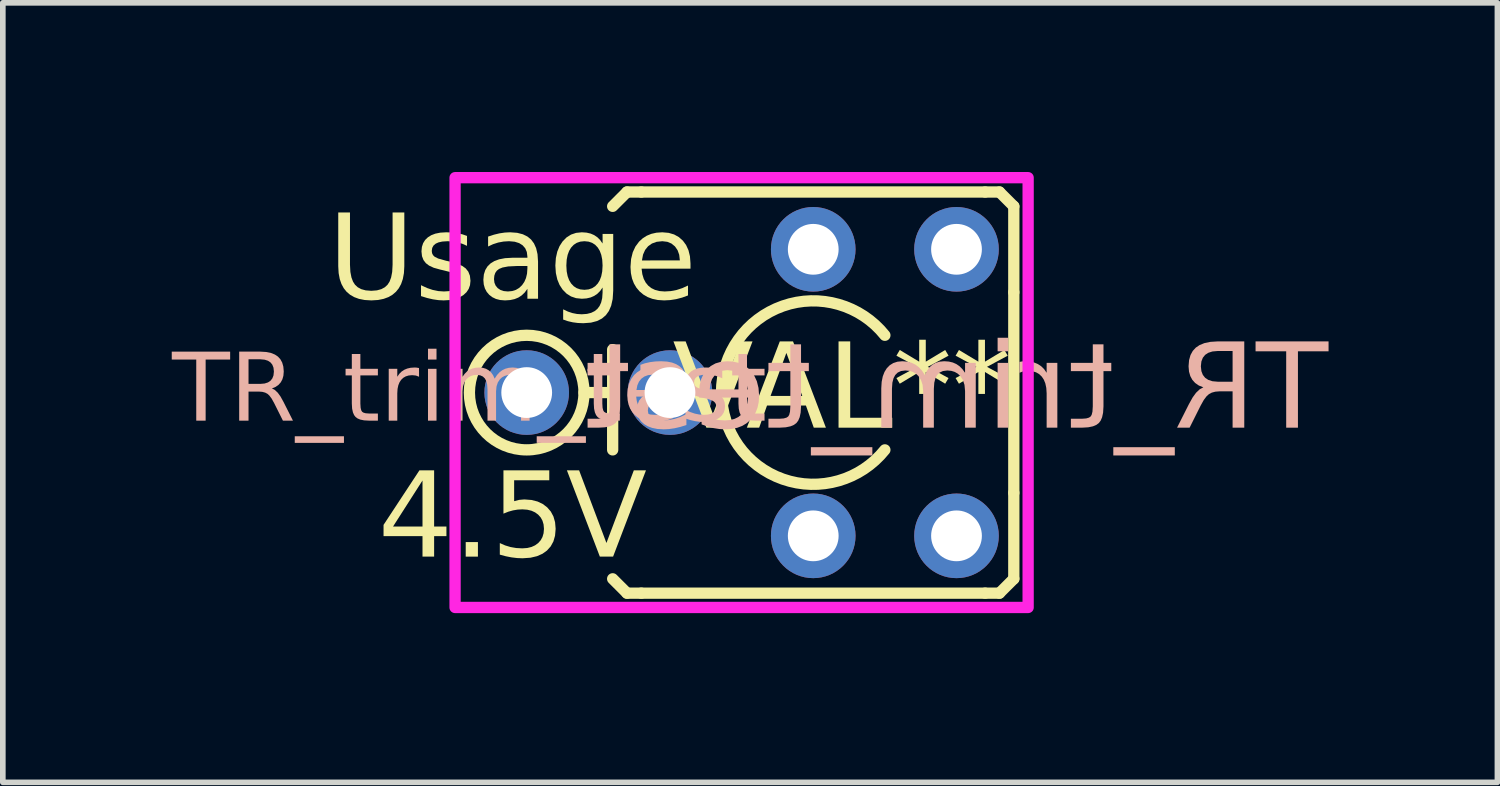
<source format=kicad_pcb>
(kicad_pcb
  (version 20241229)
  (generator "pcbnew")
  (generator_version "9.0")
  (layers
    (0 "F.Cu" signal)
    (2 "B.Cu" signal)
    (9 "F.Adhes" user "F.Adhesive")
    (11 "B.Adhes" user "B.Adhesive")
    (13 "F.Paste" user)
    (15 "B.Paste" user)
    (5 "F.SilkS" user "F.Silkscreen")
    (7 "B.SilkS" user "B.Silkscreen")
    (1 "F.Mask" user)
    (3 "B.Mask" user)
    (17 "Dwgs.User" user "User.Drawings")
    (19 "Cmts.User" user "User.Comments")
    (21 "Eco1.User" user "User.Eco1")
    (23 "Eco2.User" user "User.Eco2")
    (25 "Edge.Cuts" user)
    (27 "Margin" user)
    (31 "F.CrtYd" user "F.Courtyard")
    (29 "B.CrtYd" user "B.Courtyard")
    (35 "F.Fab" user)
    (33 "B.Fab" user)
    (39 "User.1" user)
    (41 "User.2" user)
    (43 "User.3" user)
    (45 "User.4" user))
  (footprint "TR_trim_test"
    (layer "F.Cu")
    (at 11.368 3.91)
    (property "Reference" "TR_trim_test" (at -6.096 0 0) (unlocked yes) (layer "B.SilkS") (effects (font (face "Milk Run") (size 1.2 1.2) (thickness 0.1))))
    (property "Value" "VAL**" (at 0 5.461 0) (unlocked yes) (layer "F.SilkS") (hide yes) (effects (font (face "Milk Run") (size 1.2 1.2) (thickness 0.1))))
    (property "Description" "Usage" (at -5.334 -2.286 0) (layer "F.SilkS") (effects (font (face "Milk Run") (size 1.5 1.5) (thickness 0.15))))
    (property "Bias" "4.5V" (at -5.334 2.286 0) (unlocked yes) (layer "F.SilkS") (effects (font (face "Milk Run") (size 1.5 1.5) (thickness 0.1))))
    (attr through_hole)
    (fp_line (start -4.064 0) (end -3.556 0) (stroke (width 0.2) (type default)) (layer "F.SilkS"))
    (fp_line (start -3.556 -3.302) (end -3.302 -3.556) (stroke (width 0.2) (type default)) (layer "F.SilkS"))
    (fp_line (start -3.556 1.016) (end -3.556 -0.762) (stroke (width 0.2) (type default)) (layer "F.SilkS"))
    (fp_line (start -3.302 -3.556) (end -3.048 -3.556) (stroke (width 0.2) (type default)) (layer "F.SilkS"))
    (fp_line (start -3.302 3.556) (end -3.556 3.302) (stroke (width 0.2) (type default)) (layer "F.SilkS"))
    (fp_line (start -3.048 -3.556) (end 3.048 -3.556) (stroke (width 0.2) (type default)) (layer "F.SilkS"))
    (fp_line (start -3.048 3.556) (end -3.302 3.556) (stroke (width 0.2) (type default)) (layer "F.SilkS"))
    (fp_line (start 3.048 -3.556) (end 3.302 -3.556) (stroke (width 0.2) (type default)) (layer "F.SilkS"))
    (fp_line (start 3.048 3.556) (end -3.048 3.556) (stroke (width 0.2) (type default)) (layer "F.SilkS"))
    (fp_line (start 3.048 3.556) (end 3.302 3.556) (stroke (width 0.2) (type default)) (layer "F.SilkS"))
    (fp_line (start 3.302 -3.556) (end 3.556 -3.302) (stroke (width 0.2) (type default)) (layer "F.SilkS"))
    (fp_line (start 3.302 3.556) (end 3.556 3.302) (stroke (width 0.2) (type default)) (layer "F.SilkS"))
    (fp_line (start 3.556 -3.302) (end 3.556 -1.778) (stroke (width 0.2) (type default)) (layer "F.SilkS"))
    (fp_line (start 3.556 1.778) (end 3.556 -1.778) (stroke (width 0.2) (type default)) (layer "F.SilkS"))
    (fp_line (start 3.556 3.302) (end 3.556 1.778) (stroke (width 0.2) (type default)) (layer "F.SilkS"))
    (fp_arc (start 1.27 1.016) (mid -1.626394 0) (end 1.27 -1.016) (stroke (width 0.2) (type default)) (layer "F.SilkS"))
    (fp_circle (center -5.08 0) (end -4.064 0) (stroke (width 0.2) (type default)) (fill no) (layer "F.SilkS"))
    (fp_rect (start -6.35 -3.81) (end 3.81 3.81) (stroke (width 0.2) (type default)) (fill no) (layer "F.CrtYd"))
    (fp_text user "${VALUE}" (at 0.508 0 0) (layer "F.SilkS") (effects (font (face "Milk Run") (size 1.5 1.5) (thickness 0.1))))
    (fp_text user "${REFERENCE}" (at 2.54 0 0) (layer "B.SilkS") (effects (font (face "Milk Run") (size 1.5 1.5) (thickness 0.1)) (justify mirror)))
    (pad "1" thru_hole circle (at 0 2.54 90) (size 1.5 1.5) (drill 0.9) (layers "*.Cu" "*.Mask"))
    (pad "1" thru_hole circle (at 2.54 2.54 90) (size 1.5 1.5) (drill 0.9) (layers "*.Cu" "*.Mask"))
    (pad "2" thru_hole circle (at -2.54 0 90) (size 1.5 1.5) (drill 0.9) (layers "*.Cu" "*.Mask"))
    (pad "3" thru_hole circle (at 0 -2.54 90) (size 1.5 1.5) (drill 0.9) (layers "*.Cu" "*.Mask"))
    (pad "3" thru_hole circle (at 2.54 -2.54 90) (size 1.5 1.5) (drill 0.9) (layers "*.Cu" "*.Mask"))
    (pad "4" thru_hole circle (at -5.08 0 90) (size 1.5 1.5) (drill 0.9) (layers "*.Cu" "*.Mask")))
  (gr_rect
    (start -3 -3)
    (end 23.498 10.82)
    (stroke (width 0.1) (type default))
    (fill no)
    (layer "Edge.Cuts")))
</source>
